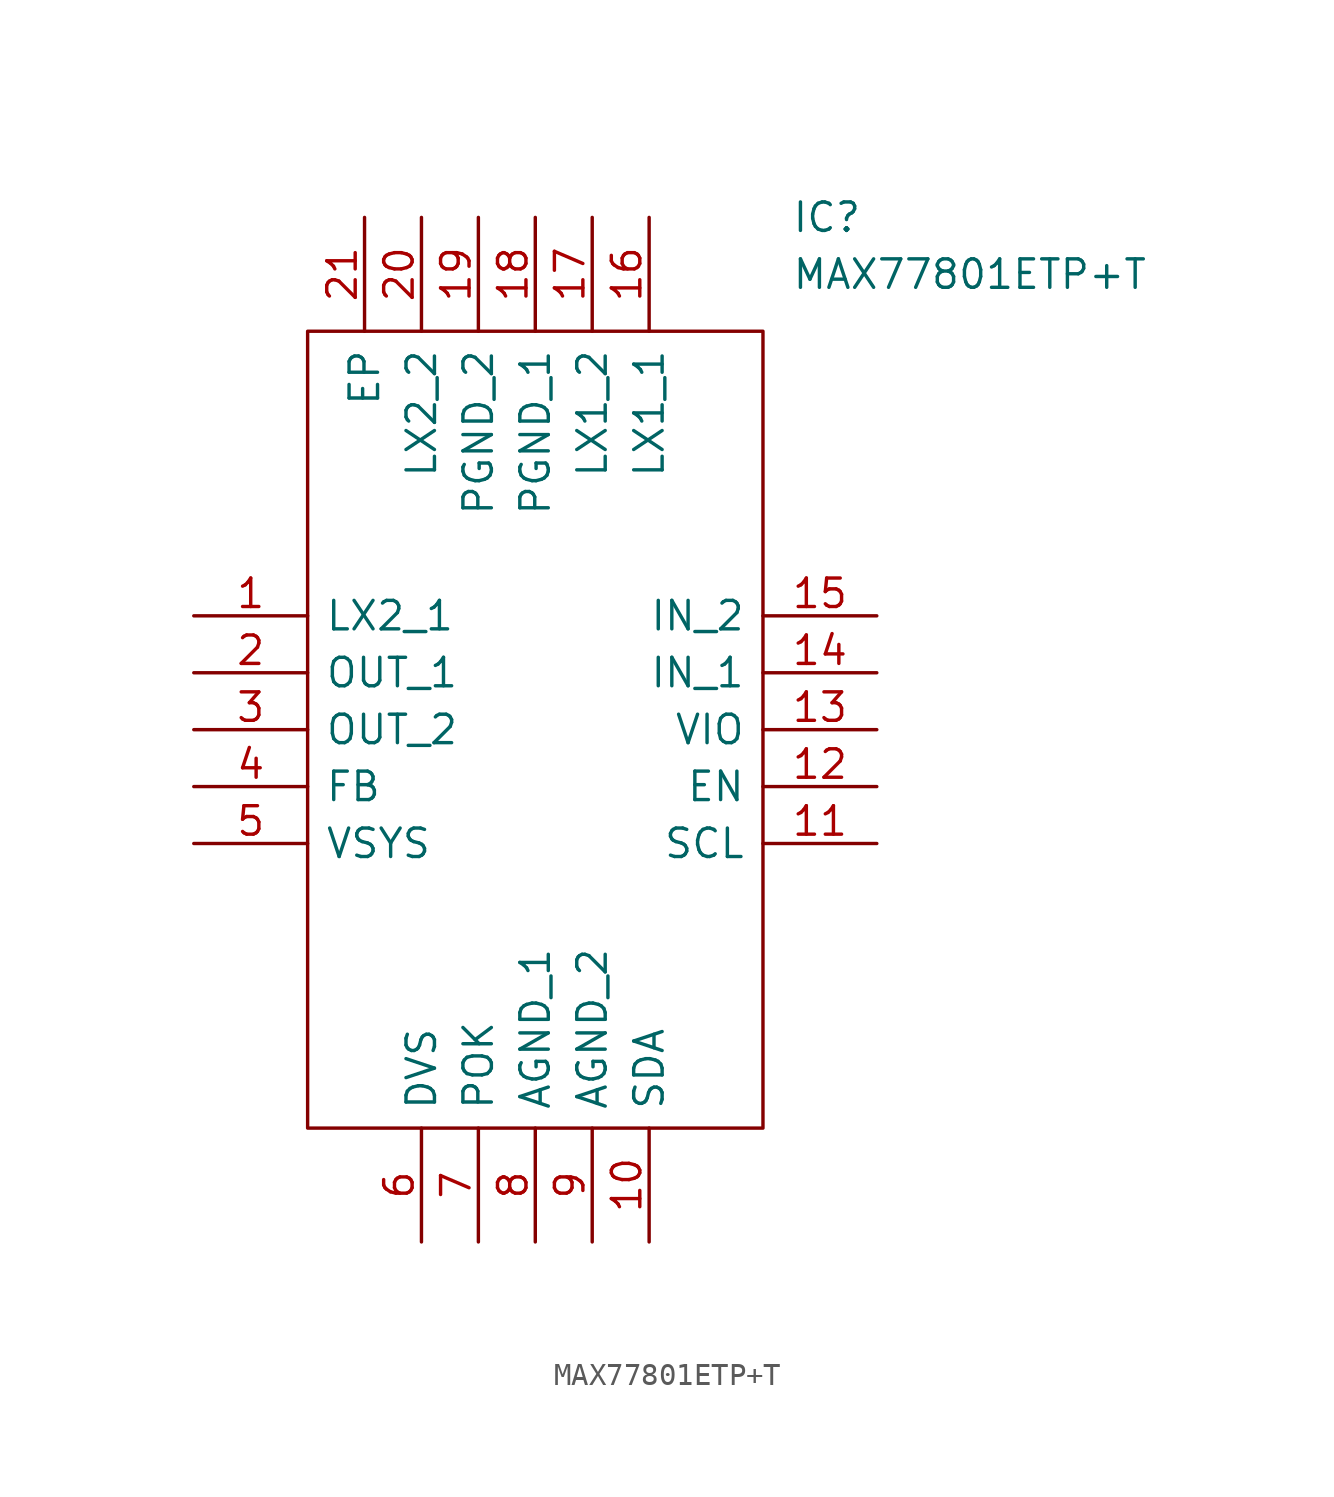
<source format=kicad_sym>
(kicad_symbol_lib
  (version 20211014)
  (generator kicad_symbol_editor)
  (symbol "MAX77801ETP+T"
    (pin_names
      (offset 0.762))
    (property "Reference" "IC"
      (at 26.67 17.78 0)
      (effects (font (size 1.27 1.27)) (justify left)))
    (property "Value" "MAX77801ETP+T"
      (at 26.67 15.24 0)
      (effects (font (size 1.27 1.27)) (justify left)))
    (symbol "MAX77801ETP+T_0_0"
      (pin passive line (at 0 0 0) (length 5.08) (name "LX2_1" (effects (font (size 1.27 1.27)))) (number "1" (effects (font (size 1.27 1.27)))))
      (pin passive line (at 20.32 -27.94 90) (length 5.08) (name "SDA" (effects (font (size 1.27 1.27)))) (number "10" (effects (font (size 1.27 1.27)))))
      (pin passive line (at 30.48 -10.16 180) (length 5.08) (name "SCL" (effects (font (size 1.27 1.27)))) (number "11" (effects (font (size 1.27 1.27)))))
      (pin passive line (at 30.48 -7.62 180) (length 5.08) (name "EN" (effects (font (size 1.27 1.27)))) (number "12" (effects (font (size 1.27 1.27)))))
      (pin passive line (at 30.48 -5.08 180) (length 5.08) (name "VIO" (effects (font (size 1.27 1.27)))) (number "13" (effects (font (size 1.27 1.27)))))
      (pin passive line (at 30.48 -2.54 180) (length 5.08) (name "IN_1" (effects (font (size 1.27 1.27)))) (number "14" (effects (font (size 1.27 1.27)))))
      (pin passive line (at 30.48 0 180) (length 5.08) (name "IN_2" (effects (font (size 1.27 1.27)))) (number "15" (effects (font (size 1.27 1.27)))))
      (pin passive line (at 20.32 17.78 270) (length 5.08) (name "LX1_1" (effects (font (size 1.27 1.27)))) (number "16" (effects (font (size 1.27 1.27)))))
      (pin passive line (at 17.78 17.78 270) (length 5.08) (name "LX1_2" (effects (font (size 1.27 1.27)))) (number "17" (effects (font (size 1.27 1.27)))))
      (pin passive line (at 15.24 17.78 270) (length 5.08) (name "PGND_1" (effects (font (size 1.27 1.27)))) (number "18" (effects (font (size 1.27 1.27)))))
      (pin passive line (at 12.7 17.78 270) (length 5.08) (name "PGND_2" (effects (font (size 1.27 1.27)))) (number "19" (effects (font (size 1.27 1.27)))))
      (pin passive line (at 0 -2.54 0) (length 5.08) (name "OUT_1" (effects (font (size 1.27 1.27)))) (number "2" (effects (font (size 1.27 1.27)))))
      (pin passive line (at 10.16 17.78 270) (length 5.08) (name "LX2_2" (effects (font (size 1.27 1.27)))) (number "20" (effects (font (size 1.27 1.27)))))
      (pin passive line (at 7.62 17.78 270) (length 5.08) (name "EP" (effects (font (size 1.27 1.27)))) (number "21" (effects (font (size 1.27 1.27)))))
      (pin passive line (at 0 -5.08 0) (length 5.08) (name "OUT_2" (effects (font (size 1.27 1.27)))) (number "3" (effects (font (size 1.27 1.27)))))
      (pin passive line (at 0 -7.62 0) (length 5.08) (name "FB" (effects (font (size 1.27 1.27)))) (number "4" (effects (font (size 1.27 1.27)))))
      (pin passive line (at 0 -10.16 0) (length 5.08) (name "VSYS" (effects (font (size 1.27 1.27)))) (number "5" (effects (font (size 1.27 1.27)))))
      (pin passive line (at 10.16 -27.94 90) (length 5.08) (name "DVS" (effects (font (size 1.27 1.27)))) (number "6" (effects (font (size 1.27 1.27)))))
      (pin passive line (at 12.7 -27.94 90) (length 5.08) (name "POK" (effects (font (size 1.27 1.27)))) (number "7" (effects (font (size 1.27 1.27)))))
      (pin passive line (at 15.24 -27.94 90) (length 5.08) (name "AGND_1" (effects (font (size 1.27 1.27)))) (number "8" (effects (font (size 1.27 1.27)))))
      (pin passive line (at 17.78 -27.94 90) (length 5.08) (name "AGND_2" (effects (font (size 1.27 1.27)))) (number "9" (effects (font (size 1.27 1.27))))))
    (symbol "MAX77801ETP+T_0_1"
      (polyline (pts (xy 5.08 12.7) (xy 25.4 12.7) (xy 25.4 -22.86) (xy 5.08 -22.86) (xy 5.08 12.7)) (stroke (width 0.152) (type default) (color 0 0 0 0)) (fill (type none))))))
</source>
